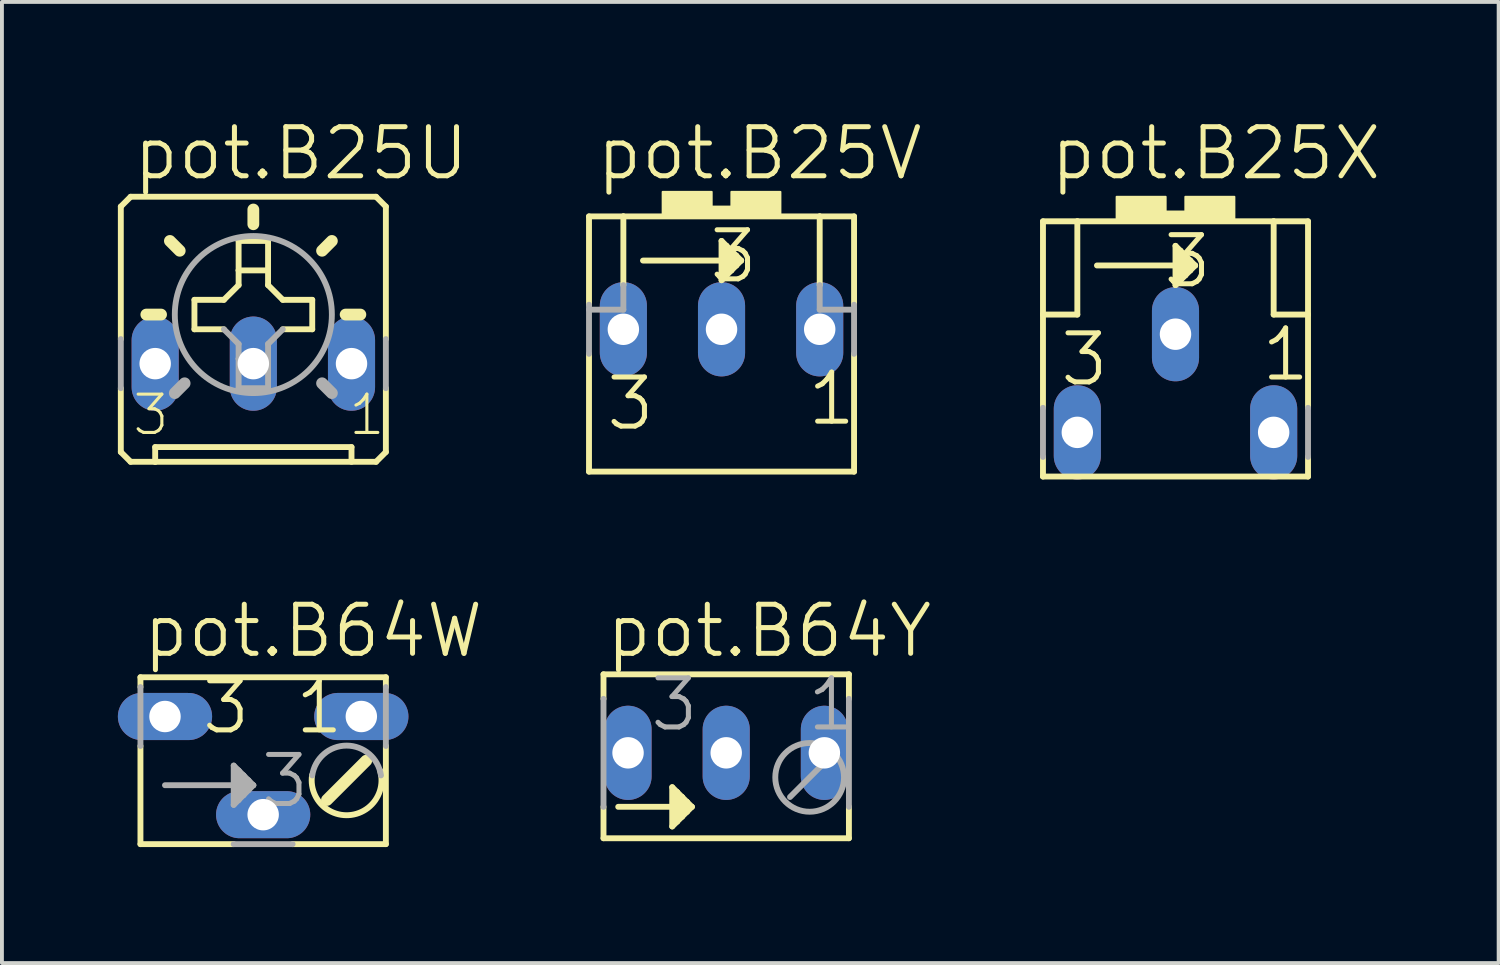
<source format=kicad_pcb>
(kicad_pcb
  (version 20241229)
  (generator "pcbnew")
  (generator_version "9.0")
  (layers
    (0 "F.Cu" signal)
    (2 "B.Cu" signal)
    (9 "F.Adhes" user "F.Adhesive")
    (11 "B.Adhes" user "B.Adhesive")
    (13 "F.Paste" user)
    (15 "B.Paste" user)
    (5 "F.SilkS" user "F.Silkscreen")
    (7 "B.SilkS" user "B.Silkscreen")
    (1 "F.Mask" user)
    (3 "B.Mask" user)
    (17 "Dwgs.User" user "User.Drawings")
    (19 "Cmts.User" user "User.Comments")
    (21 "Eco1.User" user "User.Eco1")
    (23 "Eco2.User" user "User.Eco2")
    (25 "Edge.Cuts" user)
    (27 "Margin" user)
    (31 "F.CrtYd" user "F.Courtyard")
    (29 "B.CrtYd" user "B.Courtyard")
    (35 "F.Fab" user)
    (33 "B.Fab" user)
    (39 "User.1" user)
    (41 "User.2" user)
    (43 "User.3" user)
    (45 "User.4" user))
  (footprint "pot.B64Y"
    (layer "F.Cu")
    (at 15.74 16.429)
    (property "Reference" "pot.B64Y" (at -3.175 -2.413 0) (layer "F.SilkS") (effects (font (size 1.27 1.27) (thickness 0.13)) (justify left bottom)))
    (attr through_hole)
    (fp_line (start -3.175 -2.032) (end -3.175 -1.397) (stroke (width 0.152) (type default)) (layer "F.SilkS"))
    (fp_line (start -3.175 1.397) (end -3.175 2.21) (stroke (width 0.152) (type default)) (layer "F.SilkS"))
    (fp_line (start -3.175 2.21) (end 3.175 2.21) (stroke (width 0.152) (type default)) (layer "F.SilkS"))
    (fp_line (start -1.397 0.889) (end -1.397 1.905) (stroke (width 0.152) (type default)) (layer "F.SilkS"))
    (fp_line (start -1.397 1.905) (end -1.27 1.778) (stroke (width 0.152) (type default)) (layer "F.SilkS"))
    (fp_line (start -1.27 1.016) (end -1.397 0.889) (stroke (width 0.152) (type default)) (layer "F.SilkS"))
    (fp_line (start -1.27 1.397) (end -2.794 1.397) (stroke (width 0.152) (type default)) (layer "F.SilkS"))
    (fp_line (start -1.27 1.397) (end -1.27 1.016) (stroke (width 0.152) (type default)) (layer "F.SilkS"))
    (fp_line (start -1.27 1.778) (end -1.27 1.397) (stroke (width 0.152) (type default)) (layer "F.SilkS"))
    (fp_line (start -1.143 1.143) (end -1.27 1.016) (stroke (width 0.152) (type default)) (layer "F.SilkS"))
    (fp_line (start -1.143 1.651) (end -1.27 1.778) (stroke (width 0.152) (type default)) (layer "F.SilkS"))
    (fp_line (start -1.143 1.651) (end -1.143 1.143) (stroke (width 0.152) (type default)) (layer "F.SilkS"))
    (fp_line (start -1.016 1.27) (end -1.143 1.143) (stroke (width 0.152) (type default)) (layer "F.SilkS"))
    (fp_line (start -1.016 1.524) (end -1.143 1.651) (stroke (width 0.152) (type default)) (layer "F.SilkS"))
    (fp_line (start -1.016 1.524) (end -1.016 1.27) (stroke (width 0.152) (type default)) (layer "F.SilkS"))
    (fp_line (start -0.889 1.397) (end -1.27 1.397) (stroke (width 0.152) (type default)) (layer "F.SilkS"))
    (fp_line (start -0.889 1.397) (end -1.016 1.27) (stroke (width 0.152) (type default)) (layer "F.SilkS"))
    (fp_line (start -0.889 1.397) (end -1.016 1.524) (stroke (width 0.152) (type default)) (layer "F.SilkS"))
    (fp_line (start 3.175 -2.032) (end -3.175 -2.032) (stroke (width 0.152) (type default)) (layer "F.SilkS"))
    (fp_line (start 3.175 -1.397) (end 3.175 -2.032) (stroke (width 0.152) (type default)) (layer "F.SilkS"))
    (fp_line (start 3.175 2.21) (end 3.175 1.397) (stroke (width 0.152) (type default)) (layer "F.SilkS"))
    (fp_line (start -3.175 -1.397) (end -3.175 1.397) (stroke (width 0.152) (type default)) (layer "F.Fab"))
    (fp_line (start 2.667 0.127) (end 1.651 1.143) (stroke (width 0.152) (type default)) (layer "F.Fab"))
    (fp_line (start 3.175 1.397) (end 3.175 -1.397) (stroke (width 0.152) (type default)) (layer "F.Fab"))
    (fp_circle (center 2.159 0.635) (end 3.048 0.635) (stroke (width 0.152) (type default)) (fill no) (layer "F.Fab"))
    (fp_text user "1" (at 2.032 -0.508 0) (layer "F.Fab") (effects (font (size 1.27 1.27) (thickness 0.13)) (justify left bottom)))
    (fp_text user "3" (at -2.032 -0.508 0) (layer "F.Fab") (effects (font (size 1.27 1.27) (thickness 0.13)) (justify left bottom)))
    (pad "A" thru_hole oval (at 2.54 0 90) (size 2.438 1.219) (drill 0.813) (layers "*.Cu" "*.Mask"))
    (pad "E" thru_hole oval (at -2.54 0 90) (size 2.438 1.219) (drill 0.813) (layers "*.Cu" "*.Mask"))
    (pad "S" thru_hole oval (at 0 0 90) (size 2.438 1.219) (drill 0.813) (layers "*.Cu" "*.Mask")))
  (footprint "pot.B25V"
    (layer "F.Cu")
    (at 15.619 6.105)
    (property "Reference" "pot.B25V" (at -3.302 -4.445 0) (layer "F.SilkS") (effects (font (size 1.27 1.27) (thickness 0.13)) (justify left bottom)))
    (attr through_hole)
    (fp_line (start -3.429 -1.27) (end -3.429 -3.556) (stroke (width 0.152) (type default)) (layer "F.SilkS"))
    (fp_line (start -3.429 3.048) (end -3.429 0) (stroke (width 0.152) (type default)) (layer "F.SilkS"))
    (fp_line (start -3.429 3.048) (end 3.429 3.048) (stroke (width 0.152) (type default)) (layer "F.SilkS"))
    (fp_line (start -2.54 -3.556) (end -3.429 -3.556) (stroke (width 0.152) (type default)) (layer "F.SilkS"))
    (fp_line (start -2.54 -1.778) (end -2.54 -3.556) (stroke (width 0.152) (type default)) (layer "F.SilkS"))
    (fp_line (start 0 -2.921) (end 0 -1.905) (stroke (width 0.152) (type default)) (layer "F.SilkS"))
    (fp_line (start 0 -1.905) (end 0.127 -2.032) (stroke (width 0.152) (type default)) (layer "F.SilkS"))
    (fp_line (start 0.127 -2.794) (end 0 -2.921) (stroke (width 0.152) (type default)) (layer "F.SilkS"))
    (fp_line (start 0.127 -2.413) (end -2.032 -2.413) (stroke (width 0.152) (type default)) (layer "F.SilkS"))
    (fp_line (start 0.127 -2.413) (end 0.127 -2.794) (stroke (width 0.152) (type default)) (layer "F.SilkS"))
    (fp_line (start 0.127 -2.032) (end 0.127 -2.413) (stroke (width 0.152) (type default)) (layer "F.SilkS"))
    (fp_line (start 0.254 -2.667) (end 0.127 -2.794) (stroke (width 0.152) (type default)) (layer "F.SilkS"))
    (fp_line (start 0.254 -2.159) (end 0.127 -2.032) (stroke (width 0.152) (type default)) (layer "F.SilkS"))
    (fp_line (start 0.254 -2.159) (end 0.254 -2.667) (stroke (width 0.152) (type default)) (layer "F.SilkS"))
    (fp_line (start 0.381 -2.54) (end 0.254 -2.667) (stroke (width 0.152) (type default)) (layer "F.SilkS"))
    (fp_line (start 0.381 -2.286) (end 0.254 -2.159) (stroke (width 0.152) (type default)) (layer "F.SilkS"))
    (fp_line (start 0.381 -2.286) (end 0.381 -2.54) (stroke (width 0.152) (type default)) (layer "F.SilkS"))
    (fp_line (start 0.508 -2.413) (end 0.127 -2.413) (stroke (width 0.152) (type default)) (layer "F.SilkS"))
    (fp_line (start 0.508 -2.413) (end 0.381 -2.54) (stroke (width 0.152) (type default)) (layer "F.SilkS"))
    (fp_line (start 0.508 -2.413) (end 0.381 -2.286) (stroke (width 0.152) (type default)) (layer "F.SilkS"))
    (fp_line (start 2.54 -3.556) (end -2.54 -3.556) (stroke (width 0.152) (type default)) (layer "F.SilkS"))
    (fp_line (start 2.54 -1.778) (end 2.54 -3.556) (stroke (width 0.152) (type default)) (layer "F.SilkS"))
    (fp_line (start 3.429 -3.556) (end 2.54 -3.556) (stroke (width 0.152) (type default)) (layer "F.SilkS"))
    (fp_line (start 3.429 -3.556) (end 3.429 -1.27) (stroke (width 0.152) (type default)) (layer "F.SilkS"))
    (fp_line (start 3.429 0) (end 3.429 3.048) (stroke (width 0.152) (type default)) (layer "F.SilkS"))
    (fp_rect (start -1.524 -3.556) (end -0.254 -4.191) (stroke (width 0.05) (type default)) (fill yes) (layer "F.SilkS"))
    (fp_rect (start -0.254 -3.556) (end 0.254 -3.81) (stroke (width 0.05) (type default)) (fill yes) (layer "F.SilkS"))
    (fp_rect (start 0.254 -3.556) (end 1.524 -4.191) (stroke (width 0.05) (type default)) (fill yes) (layer "F.SilkS"))
    (fp_line (start -3.429 -1.143) (end -2.54 -1.143) (stroke (width 0.152) (type default)) (layer "F.Fab"))
    (fp_line (start -3.429 0) (end -3.429 -1.27) (stroke (width 0.152) (type default)) (layer "F.Fab"))
    (fp_line (start -2.54 -1.778) (end -2.54 -1.143) (stroke (width 0.152) (type default)) (layer "F.Fab"))
    (fp_line (start 2.54 -1.778) (end 2.54 -1.143) (stroke (width 0.152) (type default)) (layer "F.Fab"))
    (fp_line (start 2.54 -1.143) (end 3.429 -1.143) (stroke (width 0.152) (type default)) (layer "F.Fab"))
    (fp_line (start 3.429 -1.27) (end 3.429 0) (stroke (width 0.152) (type default)) (layer "F.Fab"))
    (fp_text user "3" (at -3.048 2.032 0) (layer "F.SilkS") (effects (font (size 1.27 1.27) (thickness 0.13)) (justify left bottom)))
    (fp_text user "3 " (at -0.381 -1.778 0) (layer "F.SilkS") (effects (font (size 1.27 1.27) (thickness 0.13)) (justify left bottom)))
    (fp_text user "1" (at 2.159 1.905 0) (layer "F.SilkS") (effects (font (size 1.27 1.27) (thickness 0.13)) (justify left bottom)))
    (pad "A" thru_hole oval (at 2.54 -0.635 90) (size 2.438 1.219) (drill 0.813) (layers "*.Cu" "*.Mask"))
    (pad "E" thru_hole oval (at -2.54 -0.635 90) (size 2.438 1.219) (drill 0.813) (layers "*.Cu" "*.Mask"))
    (pad "S" thru_hole oval (at 0 -0.635 90) (size 2.438 1.219) (drill 0.813) (layers "*.Cu" "*.Mask")))
  (footprint "pot.B25U"
    (layer "F.Cu")
    (at 3.505 5.47)
    (property "Reference" "pot.B25U" (at -3.175 -3.81 0) (layer "F.SilkS") (effects (font (size 1.27 1.27) (thickness 0.13)) (justify left bottom)))
    (attr through_hole)
    (fp_line (start -3.429 -3.175) (end -3.429 0.254) (stroke (width 0.152) (type default)) (layer "F.SilkS"))
    (fp_line (start -3.429 1.524) (end -3.429 3.175) (stroke (width 0.152) (type default)) (layer "F.SilkS"))
    (fp_line (start -3.175 -3.429) (end -3.429 -3.175) (stroke (width 0.152) (type default)) (layer "F.SilkS"))
    (fp_line (start -3.175 3.429) (end -3.429 3.175) (stroke (width 0.152) (type default)) (layer "F.SilkS"))
    (fp_line (start -3.175 3.429) (end -2.54 3.429) (stroke (width 0.152) (type default)) (layer "F.SilkS"))
    (fp_line (start -2.54 3.048) (end -2.54 3.429) (stroke (width 0.152) (type default)) (layer "F.SilkS"))
    (fp_line (start -2.54 3.048) (end 2.54 3.048) (stroke (width 0.152) (type default)) (layer "F.SilkS"))
    (fp_line (start -2.54 3.429) (end 3.175 3.429) (stroke (width 0.152) (type default)) (layer "F.SilkS"))
    (fp_line (start -2.388 -0.381) (end -2.769 -0.381) (stroke (width 0.305) (type default)) (layer "F.SilkS"))
    (fp_line (start -1.905 -2.032) (end -2.159 -2.286) (stroke (width 0.305) (type default)) (layer "F.SilkS"))
    (fp_line (start -1.524 -0.762) (end -1.524 0) (stroke (width 0.152) (type default)) (layer "F.SilkS"))
    (fp_line (start -1.524 0) (end -0.762 0) (stroke (width 0.152) (type default)) (layer "F.SilkS"))
    (fp_line (start -0.762 -0.762) (end -1.524 -0.762) (stroke (width 0.152) (type default)) (layer "F.SilkS"))
    (fp_line (start -0.381 -2.286) (end -0.381 -1.524) (stroke (width 0.152) (type default)) (layer "F.SilkS"))
    (fp_line (start -0.381 -1.524) (end -0.381 -1.143) (stroke (width 0.152) (type default)) (layer "F.SilkS"))
    (fp_line (start -0.381 -1.143) (end -0.762 -0.762) (stroke (width 0.152) (type default)) (layer "F.SilkS"))
    (fp_line (start 0 -2.718) (end 0 -3.099) (stroke (width 0.305) (type default)) (layer "F.SilkS"))
    (fp_line (start 0.381 -2.286) (end -0.381 -2.286) (stroke (width 0.152) (type default)) (layer "F.SilkS"))
    (fp_line (start 0.381 -1.524) (end -0.381 -1.524) (stroke (width 0.152) (type default)) (layer "F.SilkS"))
    (fp_line (start 0.381 -1.524) (end 0.381 -2.286) (stroke (width 0.152) (type default)) (layer "F.SilkS"))
    (fp_line (start 0.381 -1.143) (end 0.381 -1.524) (stroke (width 0.152) (type default)) (layer "F.SilkS"))
    (fp_line (start 0.762 -0.762) (end 0.381 -1.143) (stroke (width 0.152) (type default)) (layer "F.SilkS"))
    (fp_line (start 0.762 0) (end 1.524 0) (stroke (width 0.152) (type default)) (layer "F.SilkS"))
    (fp_line (start 1.524 -0.762) (end 0.762 -0.762) (stroke (width 0.152) (type default)) (layer "F.SilkS"))
    (fp_line (start 1.524 0) (end 1.524 -0.762) (stroke (width 0.152) (type default)) (layer "F.SilkS"))
    (fp_line (start 1.778 -2.032) (end 2.032 -2.286) (stroke (width 0.305) (type default)) (layer "F.SilkS"))
    (fp_line (start 2.388 -0.381) (end 2.769 -0.381) (stroke (width 0.305) (type default)) (layer "F.SilkS"))
    (fp_line (start 2.54 3.429) (end 2.54 3.048) (stroke (width 0.152) (type default)) (layer "F.SilkS"))
    (fp_line (start 3.175 -3.429) (end -3.175 -3.429) (stroke (width 0.152) (type default)) (layer "F.SilkS"))
    (fp_line (start 3.175 -3.429) (end 3.429 -3.175) (stroke (width 0.152) (type default)) (layer "F.SilkS"))
    (fp_line (start 3.175 3.429) (end 3.429 3.175) (stroke (width 0.152) (type default)) (layer "F.SilkS"))
    (fp_line (start 3.429 0.254) (end 3.429 -3.175) (stroke (width 0.152) (type default)) (layer "F.SilkS"))
    (fp_line (start 3.429 3.175) (end 3.429 1.524) (stroke (width 0.152) (type default)) (layer "F.SilkS"))
    (fp_line (start -3.429 0.254) (end -3.429 1.524) (stroke (width 0.152) (type default)) (layer "F.Fab"))
    (fp_line (start -1.778 1.397) (end -2.032 1.651) (stroke (width 0.305) (type default)) (layer "F.Fab"))
    (fp_line (start -0.381 0.381) (end -0.762 0) (stroke (width 0.152) (type default)) (layer "F.Fab"))
    (fp_line (start -0.381 0.381) (end -0.381 0.762) (stroke (width 0.152) (type default)) (layer "F.Fab"))
    (fp_line (start -0.381 0.762) (end -0.381 1.524) (stroke (width 0.152) (type default)) (layer "F.Fab"))
    (fp_line (start -0.381 1.524) (end 0.381 1.524) (stroke (width 0.152) (type default)) (layer "F.Fab"))
    (fp_line (start 0.381 0.381) (end 0.762 0) (stroke (width 0.152) (type default)) (layer "F.Fab"))
    (fp_line (start 0.381 0.762) (end -0.381 0.762) (stroke (width 0.152) (type default)) (layer "F.Fab"))
    (fp_line (start 0.381 0.762) (end 0.381 0.381) (stroke (width 0.152) (type default)) (layer "F.Fab"))
    (fp_line (start 0.381 1.524) (end 0.381 0.762) (stroke (width 0.152) (type default)) (layer "F.Fab"))
    (fp_line (start 1.778 1.397) (end 2.032 1.651) (stroke (width 0.305) (type default)) (layer "F.Fab"))
    (fp_line (start 3.429 1.524) (end 3.429 0.254) (stroke (width 0.152) (type default)) (layer "F.Fab"))
    (fp_circle (center 0 -0.381) (end 2.032 -0.381) (stroke (width 0.152) (type default)) (fill no) (layer "F.Fab"))
    (fp_text user "1" (at 2.413 2.794 0) (layer "F.SilkS") (effects (font (size 0.991 0.991) (thickness 0.08)) (justify left bottom)))
    (fp_text user "3" (at -3.175 2.794 0) (layer "F.SilkS") (effects (font (size 0.991 0.991) (thickness 0.08)) (justify left bottom)))
    (pad "A" thru_hole oval (at 2.54 0.889 90) (size 2.438 1.219) (drill 0.813) (layers "*.Cu" "*.Mask"))
    (pad "E" thru_hole oval (at -2.54 0.889 90) (size 2.438 1.219) (drill 0.813) (layers "*.Cu" "*.Mask"))
    (pad "S" thru_hole oval (at 0 0.889 90) (size 2.438 1.219) (drill 0.813) (layers "*.Cu" "*.Mask")))
  (footprint "pot.B64W"
    (layer "F.Cu")
    (at 3.759 15.489)
    (property "Reference" "pot.B64W" (at -3.175 -1.473 0) (layer "F.SilkS") (effects (font (size 1.27 1.27) (thickness 0.13)) (justify left bottom)))
    (attr through_hole)
    (fp_line (start -3.175 -1.016) (end -3.175 -0.762) (stroke (width 0.152) (type default)) (layer "F.SilkS"))
    (fp_line (start -3.175 0.762) (end -3.175 3.302) (stroke (width 0.152) (type default)) (layer "F.SilkS"))
    (fp_line (start -3.175 3.302) (end -0.762 3.302) (stroke (width 0.152) (type default)) (layer "F.SilkS"))
    (fp_line (start 0.762 3.302) (end 3.175 3.302) (stroke (width 0.152) (type default)) (layer "F.SilkS"))
    (fp_line (start 2.667 1.143) (end 1.651 2.159) (stroke (width 0.305) (type default)) (layer "F.SilkS"))
    (fp_line (start 3.175 -1.016) (end -3.175 -1.016) (stroke (width 0.152) (type default)) (layer "F.SilkS"))
    (fp_line (start 3.175 -0.762) (end 3.175 -1.016) (stroke (width 0.152) (type default)) (layer "F.SilkS"))
    (fp_line (start 3.175 3.302) (end 3.175 0.762) (stroke (width 0.152) (type default)) (layer "F.SilkS"))
    (fp_arc (start 3.026692 1.4) (mid 2.217669 2.552359) (end 1.266093 1.514596) (stroke (width 0.1524) (type default)) (layer "F.SilkS"))
    (fp_line (start -3.175 -0.762) (end -3.175 0.762) (stroke (width 0.152) (type default)) (layer "F.Fab"))
    (fp_line (start -2.54 1.778) (end -0.635 1.778) (stroke (width 0.152) (type default)) (layer "F.Fab"))
    (fp_line (start -0.762 1.27) (end -0.762 2.286) (stroke (width 0.152) (type default)) (layer "F.Fab"))
    (fp_line (start -0.762 2.286) (end -0.635 2.159) (stroke (width 0.152) (type default)) (layer "F.Fab"))
    (fp_line (start -0.762 3.302) (end 0.762 3.302) (stroke (width 0.152) (type default)) (layer "F.Fab"))
    (fp_line (start -0.635 1.397) (end -0.762 1.27) (stroke (width 0.152) (type default)) (layer "F.Fab"))
    (fp_line (start -0.635 1.778) (end -0.635 1.397) (stroke (width 0.152) (type default)) (layer "F.Fab"))
    (fp_line (start -0.635 2.159) (end -0.635 1.778) (stroke (width 0.152) (type default)) (layer "F.Fab"))
    (fp_line (start -0.508 1.524) (end -0.635 1.397) (stroke (width 0.152) (type default)) (layer "F.Fab"))
    (fp_line (start -0.508 2.032) (end -0.635 2.159) (stroke (width 0.152) (type default)) (layer "F.Fab"))
    (fp_line (start -0.508 2.032) (end -0.508 1.524) (stroke (width 0.152) (type default)) (layer "F.Fab"))
    (fp_line (start -0.381 1.651) (end -0.508 1.524) (stroke (width 0.152) (type default)) (layer "F.Fab"))
    (fp_line (start -0.381 1.905) (end -0.508 2.032) (stroke (width 0.152) (type default)) (layer "F.Fab"))
    (fp_line (start -0.381 1.905) (end -0.381 1.651) (stroke (width 0.152) (type default)) (layer "F.Fab"))
    (fp_line (start -0.254 1.778) (end -0.635 1.778) (stroke (width 0.152) (type default)) (layer "F.Fab"))
    (fp_line (start -0.254 1.778) (end -0.381 1.651) (stroke (width 0.152) (type default)) (layer "F.Fab"))
    (fp_line (start -0.254 1.778) (end -0.381 1.905) (stroke (width 0.152) (type default)) (layer "F.Fab"))
    (fp_line (start 3.175 0.762) (end 3.175 -0.762) (stroke (width 0.152) (type default)) (layer "F.Fab"))
    (fp_arc (start 1.27 1.524) (mid 2.159 0.752974) (end 3.048 1.524) (stroke (width 0.1524) (type default)) (layer "F.Fab"))
    (fp_text user "3" (at -1.651 0.508 0) (layer "F.SilkS") (effects (font (size 1.27 1.27) (thickness 0.13)) (justify left bottom)))
    (fp_text user "1" (at 0.762 0.508 0) (layer "F.SilkS") (effects (font (size 1.27 1.27) (thickness 0.13)) (justify left bottom)))
    (fp_text user "3" (at -0.127 2.413 0) (layer "F.Fab") (effects (font (size 1.27 1.27) (thickness 0.13)) (justify left bottom)))
    (pad "A" thru_hole oval (at 2.54 0) (size 2.438 1.219) (drill 0.813) (layers "*.Cu" "*.Mask"))
    (pad "E" thru_hole oval (at -2.54 0) (size 2.438 1.219) (drill 0.813) (layers "*.Cu" "*.Mask"))
    (pad "S" thru_hole oval (at 0 2.54) (size 2.438 1.219) (drill 0.813) (layers "*.Cu" "*.Mask")))
  (footprint "pot.B25X"
    (layer "F.Cu")
    (at 27.365 6.232)
    (property "Reference" "pot.B25X" (at -3.302 -4.572 0) (layer "F.SilkS") (effects (font (size 1.27 1.27) (thickness 0.13)) (justify left bottom)))
    (attr through_hole)
    (fp_line (start -3.429 -1.143) (end -3.429 -3.556) (stroke (width 0.152) (type default)) (layer "F.SilkS"))
    (fp_line (start -3.429 -1.143) (end -2.54 -1.143) (stroke (width 0.152) (type default)) (layer "F.SilkS"))
    (fp_line (start -3.429 1.27) (end -3.429 -1.143) (stroke (width 0.152) (type default)) (layer "F.SilkS"))
    (fp_line (start -3.429 3.048) (end -3.429 2.54) (stroke (width 0.152) (type default)) (layer "F.SilkS"))
    (fp_line (start -3.429 3.048) (end 3.429 3.048) (stroke (width 0.152) (type default)) (layer "F.SilkS"))
    (fp_line (start -2.54 -3.556) (end -3.429 -3.556) (stroke (width 0.152) (type default)) (layer "F.SilkS"))
    (fp_line (start -2.54 -3.556) (end -2.54 -1.143) (stroke (width 0.152) (type default)) (layer "F.SilkS"))
    (fp_line (start 0 -2.921) (end 0 -1.905) (stroke (width 0.152) (type default)) (layer "F.SilkS"))
    (fp_line (start 0 -1.905) (end 0.127 -2.032) (stroke (width 0.152) (type default)) (layer "F.SilkS"))
    (fp_line (start 0.127 -2.794) (end 0 -2.921) (stroke (width 0.152) (type default)) (layer "F.SilkS"))
    (fp_line (start 0.127 -2.413) (end -2.032 -2.413) (stroke (width 0.152) (type default)) (layer "F.SilkS"))
    (fp_line (start 0.127 -2.413) (end 0.127 -2.794) (stroke (width 0.152) (type default)) (layer "F.SilkS"))
    (fp_line (start 0.127 -2.032) (end 0.127 -2.413) (stroke (width 0.152) (type default)) (layer "F.SilkS"))
    (fp_line (start 0.254 -2.667) (end 0.127 -2.794) (stroke (width 0.152) (type default)) (layer "F.SilkS"))
    (fp_line (start 0.254 -2.159) (end 0.127 -2.032) (stroke (width 0.152) (type default)) (layer "F.SilkS"))
    (fp_line (start 0.254 -2.159) (end 0.254 -2.667) (stroke (width 0.152) (type default)) (layer "F.SilkS"))
    (fp_line (start 0.381 -2.54) (end 0.254 -2.667) (stroke (width 0.152) (type default)) (layer "F.SilkS"))
    (fp_line (start 0.381 -2.286) (end 0.254 -2.159) (stroke (width 0.152) (type default)) (layer "F.SilkS"))
    (fp_line (start 0.381 -2.286) (end 0.381 -2.54) (stroke (width 0.152) (type default)) (layer "F.SilkS"))
    (fp_line (start 0.508 -2.413) (end 0.127 -2.413) (stroke (width 0.152) (type default)) (layer "F.SilkS"))
    (fp_line (start 0.508 -2.413) (end 0.381 -2.54) (stroke (width 0.152) (type default)) (layer "F.SilkS"))
    (fp_line (start 0.508 -2.413) (end 0.381 -2.286) (stroke (width 0.152) (type default)) (layer "F.SilkS"))
    (fp_line (start 2.54 -3.556) (end -2.54 -3.556) (stroke (width 0.152) (type default)) (layer "F.SilkS"))
    (fp_line (start 2.54 -3.556) (end 2.54 -1.143) (stroke (width 0.152) (type default)) (layer "F.SilkS"))
    (fp_line (start 2.54 -1.143) (end 3.429 -1.143) (stroke (width 0.152) (type default)) (layer "F.SilkS"))
    (fp_line (start 3.429 -3.556) (end 2.54 -3.556) (stroke (width 0.152) (type default)) (layer "F.SilkS"))
    (fp_line (start 3.429 -3.556) (end 3.429 -1.143) (stroke (width 0.152) (type default)) (layer "F.SilkS"))
    (fp_line (start 3.429 -1.143) (end 3.429 1.27) (stroke (width 0.152) (type default)) (layer "F.SilkS"))
    (fp_line (start 3.429 2.54) (end 3.429 3.048) (stroke (width 0.152) (type default)) (layer "F.SilkS"))
    (fp_rect (start -1.524 -3.556) (end -0.254 -4.191) (stroke (width 0.05) (type default)) (fill yes) (layer "F.SilkS"))
    (fp_rect (start -0.254 -3.556) (end 0.254 -3.81) (stroke (width 0.05) (type default)) (fill yes) (layer "F.SilkS"))
    (fp_rect (start 0.254 -3.556) (end 1.524 -4.191) (stroke (width 0.05) (type default)) (fill yes) (layer "F.SilkS"))
    (fp_line (start -3.429 2.54) (end -3.429 1.27) (stroke (width 0.152) (type default)) (layer "F.Fab"))
    (fp_line (start 3.429 1.27) (end 3.429 2.54) (stroke (width 0.152) (type default)) (layer "F.Fab"))
    (fp_text user "1" (at 2.159 0.635 0) (layer "F.SilkS") (effects (font (size 1.27 1.27) (thickness 0.13)) (justify left bottom)))
    (fp_text user "3" (at -3.048 0.762 0) (layer "F.SilkS") (effects (font (size 1.27 1.27) (thickness 0.13)) (justify left bottom)))
    (fp_text user "3 " (at -0.381 -1.778 0) (layer "F.SilkS") (effects (font (size 1.27 1.27) (thickness 0.13)) (justify left bottom)))
    (pad "A" thru_hole oval (at 2.54 1.905 90) (size 2.438 1.219) (drill 0.813) (layers "*.Cu" "*.Mask"))
    (pad "E" thru_hole oval (at -2.54 1.905 90) (size 2.438 1.219) (drill 0.813) (layers "*.Cu" "*.Mask"))
    (pad "S" thru_hole oval (at 0 -0.635 90) (size 2.438 1.219) (drill 0.813) (layers "*.Cu" "*.Mask")))
  (gr_rect
    (start -3 -3)
    (end 35.726 21.868)
    (stroke (width 0.1) (type default))
    (fill no)
    (layer "Edge.Cuts")))
</source>
